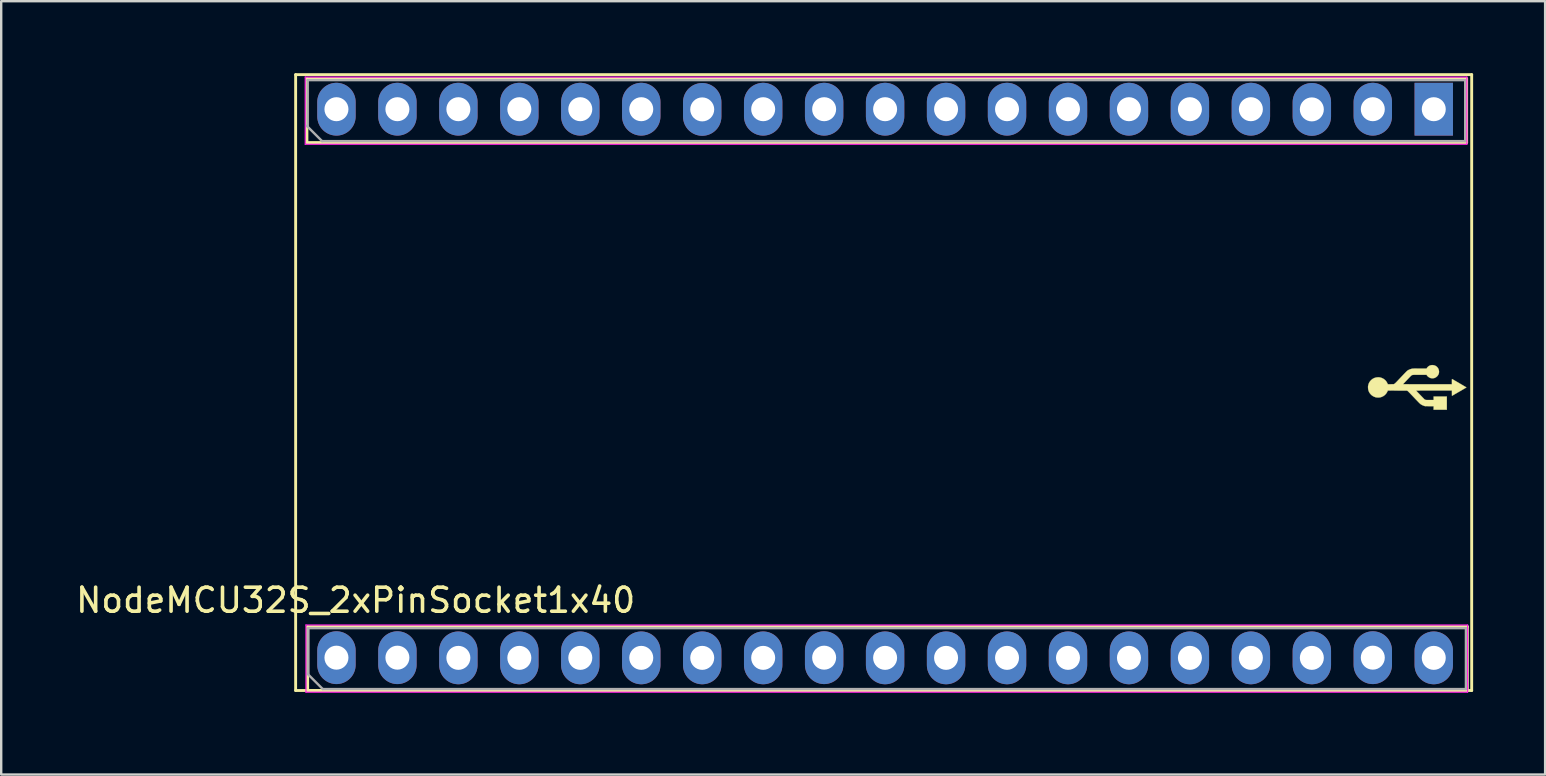
<source format=kicad_pcb>
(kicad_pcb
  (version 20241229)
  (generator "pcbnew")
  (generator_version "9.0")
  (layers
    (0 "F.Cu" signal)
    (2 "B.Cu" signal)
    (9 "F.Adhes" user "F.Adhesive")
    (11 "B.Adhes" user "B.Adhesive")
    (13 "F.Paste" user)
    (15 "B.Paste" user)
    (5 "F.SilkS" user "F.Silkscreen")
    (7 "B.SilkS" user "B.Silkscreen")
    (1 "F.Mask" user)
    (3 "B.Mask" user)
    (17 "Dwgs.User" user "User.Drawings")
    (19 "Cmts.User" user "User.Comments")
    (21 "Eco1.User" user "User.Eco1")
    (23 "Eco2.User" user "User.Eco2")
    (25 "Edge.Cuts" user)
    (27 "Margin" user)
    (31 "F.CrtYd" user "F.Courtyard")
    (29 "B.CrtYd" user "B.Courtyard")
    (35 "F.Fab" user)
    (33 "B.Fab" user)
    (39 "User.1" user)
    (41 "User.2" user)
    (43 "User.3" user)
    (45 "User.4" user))
  (footprint "NodeMCU32S_2xPinSocket1x40"
    (layer "F.Cu")
    (at 10.968 24.36)
    (property "Reference" "NodeMCU32S_2xPinSocket1x40" (at 0.8 -2.4 180) (layer "F.SilkS") (effects (font (size 1 1) (thickness 0.15))))
    (attr through_hole)
    (fp_line (start -1.7 -24.3) (end 47.3 -24.3) (stroke (width 0.12) (type solid)) (layer "F.SilkS"))
    (fp_line (start -1.7 1.36) (end -1.7 -24.3) (stroke (width 0.12) (type solid)) (layer "F.SilkS"))
    (fp_line (start -1.23 -24.13) (end 47.09 -24.13) (stroke (width 0.12) (type solid)) (layer "F.SilkS"))
    (fp_line (start -1.23 -21.47) (end -1.23 -24.13) (stroke (width 0.12) (type solid)) (layer "F.SilkS"))
    (fp_line (start -1.23 -21.47) (end 47.09 -21.47) (stroke (width 0.12) (type solid)) (layer "F.SilkS"))
    (fp_line (start -1.2 -1.3) (end 47.12 -1.3) (stroke (width 0.12) (type solid)) (layer "F.SilkS"))
    (fp_line (start -1.2 1.36) (end -1.2 -1.3) (stroke (width 0.12) (type solid)) (layer "F.SilkS"))
    (fp_line (start -1.2 1.36) (end 47.12 1.36) (stroke (width 0.12) (type solid)) (layer "F.SilkS"))
    (fp_line (start 47.09 -21.47) (end 47.09 -24.13) (stroke (width 0.12) (type solid)) (layer "F.SilkS"))
    (fp_line (start 47.12 1.36) (end 47.12 -1.3) (stroke (width 0.12) (type solid)) (layer "F.SilkS"))
    (fp_line (start 47.3 -24.3) (end 47.3 1.36) (stroke (width 0.12) (type solid)) (layer "F.SilkS"))
    (fp_line (start 47.3 1.36) (end -1.7 1.36) (stroke (width 0.12) (type solid)) (layer "F.SilkS"))
    (fp_poly (pts (xy 47.076 -11.265) (xy 47.066 -11.259) (xy 47.049 -11.248) (xy 47.026 -11.235) (xy 46.999 -11.219) (xy 46.966 -11.2) (xy 46.93 -11.178) (xy 46.89 -11.155) (xy 46.847 -11.13) (xy 46.802 -11.104) (xy 46.778 -11.091) (xy 46.478 -10.917) (xy 46.477 -11.027) (xy 46.476 -11.137) (xy 45.731 -11.137) (xy 45.652 -11.137) (xy 45.575 -11.137) (xy 45.502 -11.137) (xy 45.431 -11.137) (xy 45.364 -11.137) (xy 45.301 -11.137) (xy 45.243 -11.137) (xy 45.189 -11.137) (xy 45.141 -11.137) (xy 45.098 -11.136) (xy 45.062 -11.136) (xy 45.032 -11.136) (xy 45.009 -11.136) (xy 44.994 -11.136) (xy 44.986 -11.136) (xy 44.986 -11.135) (xy 44.988 -11.132) (xy 44.997 -11.123) (xy 45.009 -11.109) (xy 45.026 -11.091) (xy 45.046 -11.069) (xy 45.069 -11.045) (xy 45.094 -11.019) (xy 45.121 -10.991) (xy 45.148 -10.962) (xy 45.176 -10.933) (xy 45.203 -10.905) (xy 45.23 -10.877) (xy 45.254 -10.852) (xy 45.277 -10.829) (xy 45.297 -10.808) (xy 45.313 -10.792) (xy 45.325 -10.78) (xy 45.332 -10.773) (xy 45.333 -10.772) (xy 45.347 -10.764) (xy 45.364 -10.755) (xy 45.373 -10.752) (xy 45.379 -10.75) (xy 45.386 -10.748) (xy 45.395 -10.747) (xy 45.406 -10.746) (xy 45.42 -10.745) (xy 45.438 -10.744) (xy 45.461 -10.744) (xy 45.49 -10.744) (xy 45.527 -10.744) (xy 45.555 -10.744) (xy 45.714 -10.744) (xy 45.714 -10.888) (xy 46.264 -10.888) (xy 46.264 -10.337) (xy 45.714 -10.337) (xy 45.714 -10.485) (xy 45.535 -10.486) (xy 45.356 -10.488) (xy 45.318 -10.5) (xy 45.277 -10.515) (xy 45.235 -10.534) (xy 45.195 -10.556) (xy 45.161 -10.579) (xy 45.161 -10.579) (xy 45.15 -10.589) (xy 45.133 -10.604) (xy 45.111 -10.626) (xy 45.083 -10.654) (xy 45.05 -10.688) (xy 45.011 -10.729) (xy 44.966 -10.775) (xy 44.916 -10.828) (xy 44.885 -10.861) (xy 44.84 -10.908) (xy 44.8 -10.95) (xy 44.765 -10.986) (xy 44.736 -11.017) (xy 44.71 -11.043) (xy 44.688 -11.065) (xy 44.671 -11.083) (xy 44.656 -11.098) (xy 44.644 -11.109) (xy 44.635 -11.117) (xy 44.628 -11.122) (xy 44.623 -11.125) (xy 44.623 -11.125) (xy 44.603 -11.135) (xy 43.804 -11.138) (xy 43.801 -11.129) (xy 43.799 -11.121) (xy 43.793 -11.108) (xy 43.786 -11.092) (xy 43.783 -11.086) (xy 43.753 -11.034) (xy 43.717 -10.987) (xy 43.675 -10.946) (xy 43.628 -10.911) (xy 43.575 -10.883) (xy 43.519 -10.862) (xy 43.501 -10.857) (xy 43.469 -10.851) (xy 43.433 -10.848) (xy 43.394 -10.847) (xy 43.357 -10.849) (xy 43.322 -10.853) (xy 43.301 -10.857) (xy 43.242 -10.877) (xy 43.188 -10.904) (xy 43.139 -10.937) (xy 43.096 -10.977) (xy 43.063 -11.016) (xy 43.031 -11.065) (xy 43.007 -11.116) (xy 42.991 -11.17) (xy 42.983 -11.227) (xy 42.981 -11.254) (xy 42.981 -11.276) (xy 42.981 -11.295) (xy 42.981 -11.31) (xy 42.981 -11.319) (xy 42.982 -11.319) (xy 42.991 -11.363) (xy 43.001 -11.4) (xy 43.012 -11.432) (xy 43.026 -11.463) (xy 43.038 -11.484) (xy 43.072 -11.532) (xy 43.111 -11.574) (xy 43.154 -11.611) (xy 43.202 -11.641) (xy 43.254 -11.664) (xy 43.307 -11.68) (xy 43.363 -11.689) (xy 43.42 -11.691) (xy 43.477 -11.685) (xy 43.527 -11.672) (xy 43.578 -11.652) (xy 43.627 -11.626) (xy 43.672 -11.593) (xy 43.711 -11.557) (xy 43.731 -11.534) (xy 43.744 -11.517) (xy 43.757 -11.495) (xy 43.771 -11.472) (xy 43.784 -11.449) (xy 43.794 -11.429) (xy 43.8 -11.413) (xy 43.801 -11.409) (xy 43.804 -11.399) (xy 43.926 -11.401) (xy 44.048 -11.402) (xy 44.077 -11.416) (xy 44.082 -11.419) (xy 44.087 -11.422) (xy 44.093 -11.426) (xy 44.1 -11.432) (xy 44.108 -11.439) (xy 44.118 -11.448) (xy 44.13 -11.46) (xy 44.145 -11.474) (xy 44.163 -11.492) (xy 44.184 -11.514) (xy 44.209 -11.54) (xy 44.238 -11.571) (xy 44.271 -11.606) (xy 44.31 -11.647) (xy 44.352 -11.692) (xy 44.397 -11.739) (xy 44.436 -11.78) (xy 44.47 -11.816) (xy 44.499 -11.846) (xy 44.525 -11.873) (xy 44.546 -11.895) (xy 44.565 -11.914) (xy 44.58 -11.929) (xy 44.593 -11.941) (xy 44.604 -11.952) (xy 44.613 -11.96) (xy 44.621 -11.966) (xy 44.628 -11.971) (xy 44.635 -11.976) (xy 44.691 -12.007) (xy 44.751 -12.031) (xy 44.814 -12.047) (xy 44.843 -12.052) (xy 44.855 -12.053) (xy 44.874 -12.053) (xy 44.902 -12.054) (xy 44.936 -12.055) (xy 44.977 -12.055) (xy 45.024 -12.056) (xy 45.077 -12.056) (xy 45.136 -12.056) (xy 45.149 -12.056) (xy 45.421 -12.056) (xy 45.432 -12.076) (xy 45.445 -12.094) (xy 45.463 -12.114) (xy 45.484 -12.134) (xy 45.505 -12.151) (xy 45.52 -12.161) (xy 45.563 -12.182) (xy 45.608 -12.195) (xy 45.654 -12.2) (xy 45.701 -12.197) (xy 45.747 -12.187) (xy 45.789 -12.17) (xy 45.829 -12.146) (xy 45.863 -12.116) (xy 45.891 -12.08) (xy 45.914 -12.041) (xy 45.929 -11.999) (xy 45.938 -11.955) (xy 45.94 -11.909) (xy 45.934 -11.864) (xy 45.924 -11.829) (xy 45.904 -11.788) (xy 45.878 -11.75) (xy 45.846 -11.717) (xy 45.809 -11.689) (xy 45.768 -11.668) (xy 45.731 -11.655) (xy 45.704 -11.651) (xy 45.672 -11.649) (xy 45.64 -11.65) (xy 45.61 -11.653) (xy 45.595 -11.656) (xy 45.561 -11.668) (xy 45.527 -11.685) (xy 45.495 -11.707) (xy 45.466 -11.731) (xy 45.443 -11.757) (xy 45.43 -11.776) (xy 45.42 -11.794) (xy 45.137 -11.794) (xy 45.081 -11.794) (xy 45.033 -11.794) (xy 44.992 -11.793) (xy 44.958 -11.793) (xy 44.929 -11.793) (xy 44.906 -11.793) (xy 44.887 -11.792) (xy 44.872 -11.792) (xy 44.86 -11.791) (xy 44.851 -11.79) (xy 44.844 -11.789) (xy 44.837 -11.788) (xy 44.832 -11.786) (xy 44.828 -11.785) (xy 44.81 -11.777) (xy 44.791 -11.768) (xy 44.781 -11.76) (xy 44.775 -11.755) (xy 44.765 -11.745) (xy 44.75 -11.73) (xy 44.731 -11.711) (xy 44.71 -11.689) (xy 44.686 -11.664) (xy 44.66 -11.637) (xy 44.633 -11.609) (xy 44.606 -11.58) (xy 44.579 -11.551) (xy 44.552 -11.523) (xy 44.527 -11.497) (xy 44.504 -11.472) (xy 44.483 -11.45) (xy 44.466 -11.431) (xy 44.452 -11.417) (xy 44.443 -11.407) (xy 44.44 -11.402) (xy 44.44 -11.402) (xy 44.444 -11.402) (xy 44.456 -11.401) (xy 44.476 -11.401) (xy 44.503 -11.401) (xy 44.538 -11.401) (xy 44.579 -11.401) (xy 44.626 -11.401) (xy 44.679 -11.401) (xy 44.738 -11.4) (xy 44.802 -11.4) (xy 44.871 -11.4) (xy 44.944 -11.4) (xy 45.021 -11.4) (xy 45.102 -11.4) (xy 45.186 -11.4) (xy 45.274 -11.4) (xy 45.364 -11.4) (xy 45.456 -11.4) (xy 46.476 -11.4) (xy 46.476 -11.51) (xy 46.476 -11.54) (xy 46.476 -11.566) (xy 46.477 -11.588) (xy 46.478 -11.605) (xy 46.478 -11.616) (xy 46.479 -11.619) (xy 46.485 -11.616) (xy 46.498 -11.609) (xy 46.516 -11.599) (xy 46.54 -11.586) (xy 46.567 -11.57) (xy 46.599 -11.551) (xy 46.634 -11.531) (xy 46.671 -11.51) (xy 46.71 -11.487) (xy 46.75 -11.464) (xy 46.79 -11.44) (xy 46.831 -11.416) (xy 46.87 -11.393) (xy 46.908 -11.371) (xy 46.944 -11.349) (xy 46.977 -11.33) (xy 47.007 -11.312) (xy 47.033 -11.297) (xy 47.053 -11.285) (xy 47.068 -11.275) (xy 47.078 -11.27) (xy 47.08 -11.268) (xy 47.076 -11.265)) (stroke (width 0.01) (type solid)) (fill yes) (layer "F.SilkS"))
    (fp_line (start -2.4 -24.3) (end 5.8 -24.3) (stroke (width 0.12) (type solid)) (layer "Eco2.User"))
    (fp_line (start -2.4 1.8) (end -2.4 -24.3) (stroke (width 0.12) (type solid)) (layer "Eco2.User"))
    (fp_line (start 5.8 -24.3) (end 5.8 1.8) (stroke (width 0.12) (type solid)) (layer "Eco2.User"))
    (fp_line (start 5.8 1.8) (end -2.4 1.8) (stroke (width 0.12) (type solid)) (layer "Eco2.User"))
    (fp_line (start -1.3 -24.2) (end -1.3 -21.4) (stroke (width 0.05) (type solid)) (layer "F.CrtYd"))
    (fp_line (start -1.3 -21.4) (end 47.1 -21.4) (stroke (width 0.05) (type solid)) (layer "F.CrtYd"))
    (fp_line (start -1.27 -1.37) (end -1.27 1.43) (stroke (width 0.05) (type solid)) (layer "F.CrtYd"))
    (fp_line (start -1.27 1.43) (end 47.13 1.43) (stroke (width 0.05) (type solid)) (layer "F.CrtYd"))
    (fp_line (start 47.1 -24.2) (end -1.3 -24.2) (stroke (width 0.05) (type solid)) (layer "F.CrtYd"))
    (fp_line (start 47.1 -21.4) (end 47.1 -24.2) (stroke (width 0.05) (type solid)) (layer "F.CrtYd"))
    (fp_line (start 47.13 -1.37) (end -1.27 -1.37) (stroke (width 0.05) (type solid)) (layer "F.CrtYd"))
    (fp_line (start 47.13 1.43) (end 47.13 -1.37) (stroke (width 0.05) (type solid)) (layer "F.CrtYd"))
    (fp_line (start -1.2 -24.07) (end 47.03 -24.07) (stroke (width 0.1) (type solid)) (layer "F.Fab"))
    (fp_line (start -1.2 -22.165) (end -1.2 -24.07) (stroke (width 0.1) (type solid)) (layer "F.Fab"))
    (fp_line (start -1.17 -1.24) (end 47.06 -1.24) (stroke (width 0.1) (type solid)) (layer "F.Fab"))
    (fp_line (start -1.17 0.665) (end -1.17 -1.24) (stroke (width 0.1) (type solid)) (layer "F.Fab"))
    (fp_line (start -0.6 -21.53) (end -1.235 -22.165) (stroke (width 0.1) (type solid)) (layer "F.Fab"))
    (fp_line (start -0.57 1.3) (end -1.205 0.665) (stroke (width 0.1) (type solid)) (layer "F.Fab"))
    (fp_line (start 47.03 -24.07) (end 47.03 -21.53) (stroke (width 0.1) (type solid)) (layer "F.Fab"))
    (fp_line (start 47.03 -21.53) (end -0.6 -21.53) (stroke (width 0.1) (type solid)) (layer "F.Fab"))
    (fp_line (start 47.06 -1.24) (end 47.06 1.3) (stroke (width 0.1) (type solid)) (layer "F.Fab"))
    (fp_line (start 47.06 1.3) (end -0.57 1.3) (stroke (width 0.1) (type solid)) (layer "F.Fab"))
    (fp_text user "Antenna" (at 0.3 -11.5 90) (layer "Eco2.User") (effects (font (size 2 2) (thickness 0.3))))
    (pad "0" thru_hole oval (at 33.02 -22.86 180) (size 1.6 2.2) (drill 1) (layers "*.Cu" "*.Mask"))
    (pad "1" thru_hole oval (at 7.62 -22.86 180) (size 1.6 2.2) (drill 1) (layers "*.Cu" "*.Mask"))
    (pad "2" thru_hole oval (at 35.56 -22.86 180) (size 1.6 2.2) (drill 1) (layers "*.Cu" "*.Mask"))
    (pad "3" thru_hole oval (at 10.16 -22.86 180) (size 1.6 2.2) (drill 1) (layers "*.Cu" "*.Mask"))
    (pad "4" thru_hole oval (at 30.48 -22.86 180) (size 1.6 2.2) (drill 1) (layers "*.Cu" "*.Mask"))
    (pad "5" thru_hole oval (at 22.86 -22.86 180) (size 1.6 2.2) (drill 1) (layers "*.Cu" "*.Mask"))
    (pad "6" thru_hole rect (at 45.72 -22.86 180) (size 1.6 2.2) (drill 1) (layers "*.Cu" "*.Mask"))
    (pad "7" thru_hole oval (at 43.18 -22.86 180) (size 1.6 2.2) (drill 1) (layers "*.Cu" "*.Mask"))
    (pad "8" thru_hole oval (at 40.64 -22.852 180) (size 1.6 2.2) (drill 1) (layers "*.Cu" "*.Mask"))
    (pad "9" thru_hole oval (at 38.1 0) (size 1.6 2.2) (drill 1) (layers "*.Cu" "*.Mask"))
    (pad "10" thru_hole oval (at 40.64 0) (size 1.6 2.2) (drill 1) (layers "*.Cu" "*.Mask"))
    (pad "11" thru_hole oval (at 43.18 -0.008) (size 1.6 2.2) (drill 1) (layers "*.Cu" "*.Mask"))
    (pad "12" thru_hole oval (at 30.48 0) (size 1.6 2.2) (drill 1) (layers "*.Cu" "*.Mask"))
    (pad "13" thru_hole oval (at 35.56 0) (size 1.6 2.2) (drill 1) (layers "*.Cu" "*.Mask"))
    (pad "14" thru_hole oval (at 27.94 0) (size 1.6 2.2) (drill 1) (layers "*.Cu" "*.Mask"))
    (pad "15" thru_hole oval (at 38.1 -22.86 180) (size 1.6 2.2) (drill 1) (layers "*.Cu" "*.Mask"))
    (pad "16" thru_hole oval (at 27.94 -22.86 180) (size 1.6 2.2) (drill 1) (layers "*.Cu" "*.Mask"))
    (pad "17" thru_hole oval (at 25.4 -22.86 180) (size 1.6 2.2) (drill 1) (layers "*.Cu" "*.Mask"))
    (pad "18" thru_hole oval (at 20.32 -22.86 180) (size 1.6 2.2) (drill 1) (layers "*.Cu" "*.Mask"))
    (pad "19" thru_hole oval (at 17.78 -22.86 180) (size 1.6 2.2) (drill 1) (layers "*.Cu" "*.Mask"))
    (pad "21" thru_hole oval (at 12.7 -22.86 180) (size 1.6 2.2) (drill 1) (layers "*.Cu" "*.Mask"))
    (pad "22" thru_hole oval (at 5.08 -22.86 180) (size 1.6 2.2) (drill 1) (layers "*.Cu" "*.Mask"))
    (pad "23" thru_hole oval (at 2.54 -22.86 180) (size 1.6 2.2) (drill 1) (layers "*.Cu" "*.Mask"))
    (pad "25" thru_hole oval (at 20.32 -0.008) (size 1.6 2.2) (drill 1) (layers "*.Cu" "*.Mask"))
    (pad "26" thru_hole oval (at 22.86 0) (size 1.6 2.2) (drill 1) (layers "*.Cu" "*.Mask"))
    (pad "27" thru_hole oval (at 25.4 0) (size 1.6 2.2) (drill 1) (layers "*.Cu" "*.Mask"))
    (pad "32" thru_hole oval (at 15.24 0) (size 1.6 2.2) (drill 1) (layers "*.Cu" "*.Mask"))
    (pad "33" thru_hole oval (at 17.78 0) (size 1.6 2.2) (drill 1) (layers "*.Cu" "*.Mask"))
    (pad "34" thru_hole oval (at 10.16 0) (size 1.6 2.2) (drill 1) (layers "*.Cu" "*.Mask"))
    (pad "35" thru_hole oval (at 12.7 0) (size 1.6 2.2) (drill 1) (layers "*.Cu" "*.Mask"))
    (pad "36" thru_hole oval (at 5.08 0) (size 1.6 2.2) (drill 1) (layers "*.Cu" "*.Mask"))
    (pad "39" thru_hole oval (at 7.62 0) (size 1.6 2.2) (drill 1) (layers "*.Cu" "*.Mask"))
    (pad "110" thru_hole oval (at 45.72 0) (size 1.6 2.2) (drill 1) (layers "*.Cu" "*.Mask"))
    (pad "120" thru_hole oval (at 33.02 0) (size 1.6 2.2) (drill 1) (layers "*.Cu" "*.Mask"))
    (pad "210" thru_hole oval (at 15.24 -22.852 180) (size 1.6 2.2) (drill 1) (layers "*.Cu" "*.Mask"))
    (pad "230" thru_hole oval (at 0 -22.86 180) (size 1.6 2.2) (drill 1) (layers "*.Cu" "*.Mask"))
    (pad "360" thru_hole oval (at 2.54 -0.008) (size 1.6 2.2) (drill 1) (layers "*.Cu" "*.Mask"))
    (pad "361" thru_hole oval (at 0 -0.008) (size 1.6 2.2) (drill 1) (layers "*.Cu" "*.Mask")))
  (gr_rect
    (start -3 -3)
    (end 61.328 29.22)
    (stroke (width 0.1) (type default))
    (fill no)
    (layer "Edge.Cuts")))
</source>
